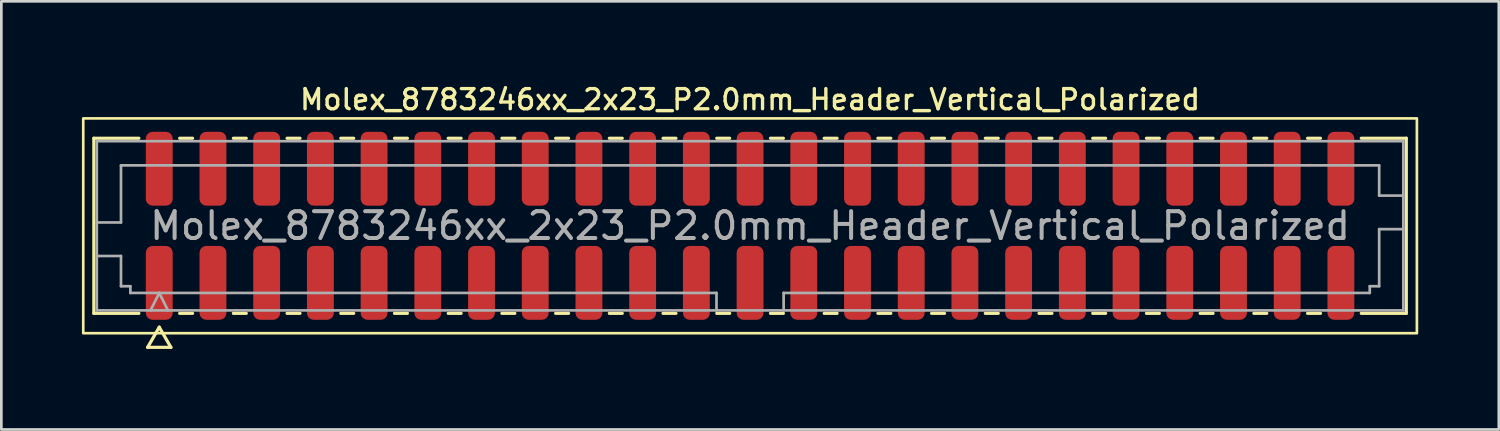
<source format=kicad_pcb>
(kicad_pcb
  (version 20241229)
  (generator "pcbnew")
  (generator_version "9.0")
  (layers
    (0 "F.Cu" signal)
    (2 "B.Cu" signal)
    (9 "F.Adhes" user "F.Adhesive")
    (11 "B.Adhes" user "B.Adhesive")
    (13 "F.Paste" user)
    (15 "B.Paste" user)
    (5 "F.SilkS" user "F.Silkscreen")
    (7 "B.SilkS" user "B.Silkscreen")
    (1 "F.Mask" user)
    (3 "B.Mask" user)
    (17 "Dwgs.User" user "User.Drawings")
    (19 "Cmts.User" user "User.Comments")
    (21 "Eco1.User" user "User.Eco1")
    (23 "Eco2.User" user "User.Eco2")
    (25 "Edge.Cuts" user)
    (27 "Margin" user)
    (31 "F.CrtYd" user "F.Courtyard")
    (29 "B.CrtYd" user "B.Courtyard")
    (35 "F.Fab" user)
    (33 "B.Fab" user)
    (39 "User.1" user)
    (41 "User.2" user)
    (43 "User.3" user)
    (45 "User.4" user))
  (footprint "Molex_8783246xx_2x23_P2.0mm_Header_Vertical_Polarized"
    (layer "F.Cu")
    (at 24.88 5.358)
    (property "Reference" "Molex_8783246xx_2x23_P2.0mm_Header_Vertical_Polarized" (at 0 -4.7 0) (layer "F.SilkS") (effects (font (size 0.75 0.75) (thickness 0.125))))
    (attr smd)
    (fp_line (start -24.435 -3.26) (end -22.76 -3.26) (stroke (width 0.12) (type solid)) (layer "F.SilkS"))
    (fp_line (start -24.435 3.26) (end -24.435 -3.26) (stroke (width 0.12) (type solid)) (layer "F.SilkS"))
    (fp_line (start -22.76 3.26) (end -24.435 3.26) (stroke (width 0.12) (type solid)) (layer "F.SilkS"))
    (fp_line (start -22.433 4.525) (end -22 3.775) (stroke (width 0.12) (type solid)) (layer "F.SilkS"))
    (fp_line (start -22 3.775) (end -21.567 4.525) (stroke (width 0.12) (type solid)) (layer "F.SilkS"))
    (fp_line (start -21.567 4.525) (end -22.433 4.525) (stroke (width 0.12) (type solid)) (layer "F.SilkS"))
    (fp_line (start -21.24 -3.26) (end -20.76 -3.26) (stroke (width 0.12) (type solid)) (layer "F.SilkS"))
    (fp_line (start -20.76 3.26) (end -21.24 3.26) (stroke (width 0.12) (type solid)) (layer "F.SilkS"))
    (fp_line (start -19.24 -3.26) (end -18.76 -3.26) (stroke (width 0.12) (type solid)) (layer "F.SilkS"))
    (fp_line (start -18.76 3.26) (end -19.24 3.26) (stroke (width 0.12) (type solid)) (layer "F.SilkS"))
    (fp_line (start -17.24 -3.26) (end -16.76 -3.26) (stroke (width 0.12) (type solid)) (layer "F.SilkS"))
    (fp_line (start -16.76 3.26) (end -17.24 3.26) (stroke (width 0.12) (type solid)) (layer "F.SilkS"))
    (fp_line (start -15.24 -3.26) (end -14.76 -3.26) (stroke (width 0.12) (type solid)) (layer "F.SilkS"))
    (fp_line (start -14.76 3.26) (end -15.24 3.26) (stroke (width 0.12) (type solid)) (layer "F.SilkS"))
    (fp_line (start -13.24 -3.26) (end -12.76 -3.26) (stroke (width 0.12) (type solid)) (layer "F.SilkS"))
    (fp_line (start -12.76 3.26) (end -13.24 3.26) (stroke (width 0.12) (type solid)) (layer "F.SilkS"))
    (fp_line (start -11.24 -3.26) (end -10.76 -3.26) (stroke (width 0.12) (type solid)) (layer "F.SilkS"))
    (fp_line (start -10.76 3.26) (end -11.24 3.26) (stroke (width 0.12) (type solid)) (layer "F.SilkS"))
    (fp_line (start -9.24 -3.26) (end -8.76 -3.26) (stroke (width 0.12) (type solid)) (layer "F.SilkS"))
    (fp_line (start -8.76 3.26) (end -9.24 3.26) (stroke (width 0.12) (type solid)) (layer "F.SilkS"))
    (fp_line (start -7.24 -3.26) (end -6.76 -3.26) (stroke (width 0.12) (type solid)) (layer "F.SilkS"))
    (fp_line (start -6.76 3.26) (end -7.24 3.26) (stroke (width 0.12) (type solid)) (layer "F.SilkS"))
    (fp_line (start -5.24 -3.26) (end -4.76 -3.26) (stroke (width 0.12) (type solid)) (layer "F.SilkS"))
    (fp_line (start -4.76 3.26) (end -5.24 3.26) (stroke (width 0.12) (type solid)) (layer "F.SilkS"))
    (fp_line (start -3.24 -3.26) (end -2.76 -3.26) (stroke (width 0.12) (type solid)) (layer "F.SilkS"))
    (fp_line (start -2.76 3.26) (end -3.24 3.26) (stroke (width 0.12) (type solid)) (layer "F.SilkS"))
    (fp_line (start -1.24 -3.26) (end -0.76 -3.26) (stroke (width 0.12) (type solid)) (layer "F.SilkS"))
    (fp_line (start -0.76 3.26) (end -1.24 3.26) (stroke (width 0.12) (type solid)) (layer "F.SilkS"))
    (fp_line (start 0.76 -3.26) (end 1.24 -3.26) (stroke (width 0.12) (type solid)) (layer "F.SilkS"))
    (fp_line (start 1.24 3.26) (end 0.76 3.26) (stroke (width 0.12) (type solid)) (layer "F.SilkS"))
    (fp_line (start 2.76 -3.26) (end 3.24 -3.26) (stroke (width 0.12) (type solid)) (layer "F.SilkS"))
    (fp_line (start 3.24 3.26) (end 2.76 3.26) (stroke (width 0.12) (type solid)) (layer "F.SilkS"))
    (fp_line (start 4.76 -3.26) (end 5.24 -3.26) (stroke (width 0.12) (type solid)) (layer "F.SilkS"))
    (fp_line (start 5.24 3.26) (end 4.76 3.26) (stroke (width 0.12) (type solid)) (layer "F.SilkS"))
    (fp_line (start 6.76 -3.26) (end 7.24 -3.26) (stroke (width 0.12) (type solid)) (layer "F.SilkS"))
    (fp_line (start 7.24 3.26) (end 6.76 3.26) (stroke (width 0.12) (type solid)) (layer "F.SilkS"))
    (fp_line (start 8.76 -3.26) (end 9.24 -3.26) (stroke (width 0.12) (type solid)) (layer "F.SilkS"))
    (fp_line (start 9.24 3.26) (end 8.76 3.26) (stroke (width 0.12) (type solid)) (layer "F.SilkS"))
    (fp_line (start 10.76 -3.26) (end 11.24 -3.26) (stroke (width 0.12) (type solid)) (layer "F.SilkS"))
    (fp_line (start 11.24 3.26) (end 10.76 3.26) (stroke (width 0.12) (type solid)) (layer "F.SilkS"))
    (fp_line (start 12.76 -3.26) (end 13.24 -3.26) (stroke (width 0.12) (type solid)) (layer "F.SilkS"))
    (fp_line (start 13.24 3.26) (end 12.76 3.26) (stroke (width 0.12) (type solid)) (layer "F.SilkS"))
    (fp_line (start 14.76 -3.26) (end 15.24 -3.26) (stroke (width 0.12) (type solid)) (layer "F.SilkS"))
    (fp_line (start 15.24 3.26) (end 14.76 3.26) (stroke (width 0.12) (type solid)) (layer "F.SilkS"))
    (fp_line (start 16.76 -3.26) (end 17.24 -3.26) (stroke (width 0.12) (type solid)) (layer "F.SilkS"))
    (fp_line (start 17.24 3.26) (end 16.76 3.26) (stroke (width 0.12) (type solid)) (layer "F.SilkS"))
    (fp_line (start 18.76 -3.26) (end 19.24 -3.26) (stroke (width 0.12) (type solid)) (layer "F.SilkS"))
    (fp_line (start 19.24 3.26) (end 18.76 3.26) (stroke (width 0.12) (type solid)) (layer "F.SilkS"))
    (fp_line (start 20.76 -3.26) (end 21.24 -3.26) (stroke (width 0.12) (type solid)) (layer "F.SilkS"))
    (fp_line (start 21.24 3.26) (end 20.76 3.26) (stroke (width 0.12) (type solid)) (layer "F.SilkS"))
    (fp_line (start 22.76 -3.26) (end 24.435 -3.26) (stroke (width 0.12) (type solid)) (layer "F.SilkS"))
    (fp_line (start 24.435 -3.26) (end 24.435 3.26) (stroke (width 0.12) (type solid)) (layer "F.SilkS"))
    (fp_line (start 24.435 3.26) (end 22.76 3.26) (stroke (width 0.12) (type solid)) (layer "F.SilkS"))
    (fp_rect (start -24.83 -4) (end 24.83 4) (stroke (width 0.1) (type solid)) (fill no) (layer "F.SilkS"))
    (fp_line (start -24.325 -3.15) (end 24.325 -3.15) (stroke (width 0.1) (type solid)) (layer "F.Fab"))
    (fp_line (start -24.325 -0.125) (end -23.425 -0.125) (stroke (width 0.1) (type solid)) (layer "F.Fab"))
    (fp_line (start -24.325 1.125) (end -23.425 1.125) (stroke (width 0.1) (type solid)) (layer "F.Fab"))
    (fp_line (start -24.325 3.15) (end -24.325 -3.15) (stroke (width 0.1) (type solid)) (layer "F.Fab"))
    (fp_line (start -23.425 -2.25) (end 23.425 -2.25) (stroke (width 0.1) (type solid)) (layer "F.Fab"))
    (fp_line (start -23.425 -0.125) (end -23.425 -2.25) (stroke (width 0.1) (type solid)) (layer "F.Fab"))
    (fp_line (start -23.425 1.125) (end -23.425 2.25) (stroke (width 0.1) (type solid)) (layer "F.Fab"))
    (fp_line (start -23.425 2.25) (end -23.075 2.25) (stroke (width 0.1) (type solid)) (layer "F.Fab"))
    (fp_line (start -23.075 2.25) (end -23.075 2.5) (stroke (width 0.1) (type solid)) (layer "F.Fab"))
    (fp_line (start -23.075 2.5) (end -1.25 2.5) (stroke (width 0.1) (type solid)) (layer "F.Fab"))
    (fp_line (start -22.325 3.15) (end -22 2.5) (stroke (width 0.1) (type solid)) (layer "F.Fab"))
    (fp_line (start -22 2.5) (end -21.675 3.15) (stroke (width 0.1) (type solid)) (layer "F.Fab"))
    (fp_line (start -1.25 2.5) (end -1.25 3.15) (stroke (width 0.1) (type solid)) (layer "F.Fab"))
    (fp_line (start 1.25 2.5) (end 1.25 3.15) (stroke (width 0.1) (type solid)) (layer "F.Fab"))
    (fp_line (start 1.25 2.5) (end 23.075 2.5) (stroke (width 0.1) (type solid)) (layer "F.Fab"))
    (fp_line (start 23.075 2.25) (end 23.425 2.25) (stroke (width 0.1) (type solid)) (layer "F.Fab"))
    (fp_line (start 23.075 2.5) (end 23.075 2.25) (stroke (width 0.1) (type solid)) (layer "F.Fab"))
    (fp_line (start 23.425 -2.25) (end 23.425 -1.125) (stroke (width 0.1) (type solid)) (layer "F.Fab"))
    (fp_line (start 23.425 -1.125) (end 24.325 -1.125) (stroke (width 0.1) (type solid)) (layer "F.Fab"))
    (fp_line (start 23.425 0.125) (end 24.325 0.125) (stroke (width 0.1) (type solid)) (layer "F.Fab"))
    (fp_line (start 23.425 2.25) (end 23.425 0.125) (stroke (width 0.1) (type solid)) (layer "F.Fab"))
    (fp_line (start 24.325 -3.15) (end 24.325 3.15) (stroke (width 0.1) (type solid)) (layer "F.Fab"))
    (fp_line (start 24.325 3.15) (end -24.325 3.15) (stroke (width 0.1) (type solid)) (layer "F.Fab"))
    (fp_text user "${REFERENCE}" (at 0 0 0) (layer "F.Fab") (effects (font (size 1 1) (thickness 0.15))))
    (pad "1" smd roundrect (at -22 2.125) (size 1 2.75) (layers "F.Cu" "F.Mask" "F.Paste") (roundrect_rratio 0.25))
    (pad "2" smd roundrect (at -22 -2.125) (size 1 2.75) (layers "F.Cu" "F.Mask" "F.Paste") (roundrect_rratio 0.25))
    (pad "3" smd roundrect (at -20 2.125) (size 1 2.75) (layers "F.Cu" "F.Mask" "F.Paste") (roundrect_rratio 0.25))
    (pad "4" smd roundrect (at -20 -2.125) (size 1 2.75) (layers "F.Cu" "F.Mask" "F.Paste") (roundrect_rratio 0.25))
    (pad "5" smd roundrect (at -18 2.125) (size 1 2.75) (layers "F.Cu" "F.Mask" "F.Paste") (roundrect_rratio 0.25))
    (pad "6" smd roundrect (at -18 -2.125) (size 1 2.75) (layers "F.Cu" "F.Mask" "F.Paste") (roundrect_rratio 0.25))
    (pad "7" smd roundrect (at -16 2.125) (size 1 2.75) (layers "F.Cu" "F.Mask" "F.Paste") (roundrect_rratio 0.25))
    (pad "8" smd roundrect (at -16 -2.125) (size 1 2.75) (layers "F.Cu" "F.Mask" "F.Paste") (roundrect_rratio 0.25))
    (pad "9" smd roundrect (at -14 2.125) (size 1 2.75) (layers "F.Cu" "F.Mask" "F.Paste") (roundrect_rratio 0.25))
    (pad "10" smd roundrect (at -14 -2.125) (size 1 2.75) (layers "F.Cu" "F.Mask" "F.Paste") (roundrect_rratio 0.25))
    (pad "11" smd roundrect (at -12 2.125) (size 1 2.75) (layers "F.Cu" "F.Mask" "F.Paste") (roundrect_rratio 0.25))
    (pad "12" smd roundrect (at -12 -2.125) (size 1 2.75) (layers "F.Cu" "F.Mask" "F.Paste") (roundrect_rratio 0.25))
    (pad "13" smd roundrect (at -10 2.125) (size 1 2.75) (layers "F.Cu" "F.Mask" "F.Paste") (roundrect_rratio 0.25))
    (pad "14" smd roundrect (at -10 -2.125) (size 1 2.75) (layers "F.Cu" "F.Mask" "F.Paste") (roundrect_rratio 0.25))
    (pad "15" smd roundrect (at -8 2.125) (size 1 2.75) (layers "F.Cu" "F.Mask" "F.Paste") (roundrect_rratio 0.25))
    (pad "16" smd roundrect (at -8 -2.125) (size 1 2.75) (layers "F.Cu" "F.Mask" "F.Paste") (roundrect_rratio 0.25))
    (pad "17" smd roundrect (at -6 2.125) (size 1 2.75) (layers "F.Cu" "F.Mask" "F.Paste") (roundrect_rratio 0.25))
    (pad "18" smd roundrect (at -6 -2.125) (size 1 2.75) (layers "F.Cu" "F.Mask" "F.Paste") (roundrect_rratio 0.25))
    (pad "19" smd roundrect (at -4 2.125) (size 1 2.75) (layers "F.Cu" "F.Mask" "F.Paste") (roundrect_rratio 0.25))
    (pad "20" smd roundrect (at -4 -2.125) (size 1 2.75) (layers "F.Cu" "F.Mask" "F.Paste") (roundrect_rratio 0.25))
    (pad "21" smd roundrect (at -2 2.125) (size 1 2.75) (layers "F.Cu" "F.Mask" "F.Paste") (roundrect_rratio 0.25))
    (pad "22" smd roundrect (at -2 -2.125) (size 1 2.75) (layers "F.Cu" "F.Mask" "F.Paste") (roundrect_rratio 0.25))
    (pad "23" smd roundrect (at 0 2.125) (size 1 2.75) (layers "F.Cu" "F.Mask" "F.Paste") (roundrect_rratio 0.25))
    (pad "24" smd roundrect (at 0 -2.125) (size 1 2.75) (layers "F.Cu" "F.Mask" "F.Paste") (roundrect_rratio 0.25))
    (pad "25" smd roundrect (at 2 2.125) (size 1 2.75) (layers "F.Cu" "F.Mask" "F.Paste") (roundrect_rratio 0.25))
    (pad "26" smd roundrect (at 2 -2.125) (size 1 2.75) (layers "F.Cu" "F.Mask" "F.Paste") (roundrect_rratio 0.25))
    (pad "27" smd roundrect (at 4 2.125) (size 1 2.75) (layers "F.Cu" "F.Mask" "F.Paste") (roundrect_rratio 0.25))
    (pad "28" smd roundrect (at 4 -2.125) (size 1 2.75) (layers "F.Cu" "F.Mask" "F.Paste") (roundrect_rratio 0.25))
    (pad "29" smd roundrect (at 6 2.125) (size 1 2.75) (layers "F.Cu" "F.Mask" "F.Paste") (roundrect_rratio 0.25))
    (pad "30" smd roundrect (at 6 -2.125) (size 1 2.75) (layers "F.Cu" "F.Mask" "F.Paste") (roundrect_rratio 0.25))
    (pad "31" smd roundrect (at 8 2.125) (size 1 2.75) (layers "F.Cu" "F.Mask" "F.Paste") (roundrect_rratio 0.25))
    (pad "32" smd roundrect (at 8 -2.125) (size 1 2.75) (layers "F.Cu" "F.Mask" "F.Paste") (roundrect_rratio 0.25))
    (pad "33" smd roundrect (at 10 2.125) (size 1 2.75) (layers "F.Cu" "F.Mask" "F.Paste") (roundrect_rratio 0.25))
    (pad "34" smd roundrect (at 10 -2.125) (size 1 2.75) (layers "F.Cu" "F.Mask" "F.Paste") (roundrect_rratio 0.25))
    (pad "35" smd roundrect (at 12 2.125) (size 1 2.75) (layers "F.Cu" "F.Mask" "F.Paste") (roundrect_rratio 0.25))
    (pad "36" smd roundrect (at 12 -2.125) (size 1 2.75) (layers "F.Cu" "F.Mask" "F.Paste") (roundrect_rratio 0.25))
    (pad "37" smd roundrect (at 14 2.125) (size 1 2.75) (layers "F.Cu" "F.Mask" "F.Paste") (roundrect_rratio 0.25))
    (pad "38" smd roundrect (at 14 -2.125) (size 1 2.75) (layers "F.Cu" "F.Mask" "F.Paste") (roundrect_rratio 0.25))
    (pad "39" smd roundrect (at 16 2.125) (size 1 2.75) (layers "F.Cu" "F.Mask" "F.Paste") (roundrect_rratio 0.25))
    (pad "40" smd roundrect (at 16 -2.125) (size 1 2.75) (layers "F.Cu" "F.Mask" "F.Paste") (roundrect_rratio 0.25))
    (pad "41" smd roundrect (at 18 2.125) (size 1 2.75) (layers "F.Cu" "F.Mask" "F.Paste") (roundrect_rratio 0.25))
    (pad "42" smd roundrect (at 18 -2.125) (size 1 2.75) (layers "F.Cu" "F.Mask" "F.Paste") (roundrect_rratio 0.25))
    (pad "43" smd roundrect (at 20 2.125) (size 1 2.75) (layers "F.Cu" "F.Mask" "F.Paste") (roundrect_rratio 0.25))
    (pad "44" smd roundrect (at 20 -2.125) (size 1 2.75) (layers "F.Cu" "F.Mask" "F.Paste") (roundrect_rratio 0.25))
    (pad "45" smd roundrect (at 22 2.125) (size 1 2.75) (layers "F.Cu" "F.Mask" "F.Paste") (roundrect_rratio 0.25))
    (pad "46" smd roundrect (at 22 -2.125) (size 1 2.75) (layers "F.Cu" "F.Mask" "F.Paste") (roundrect_rratio 0.25)))
  (gr_rect
    (start -3 -3)
    (end 52.76 12.943)
    (stroke (width 0.1) (type default))
    (fill no)
    (layer "Edge.Cuts")))
</source>
